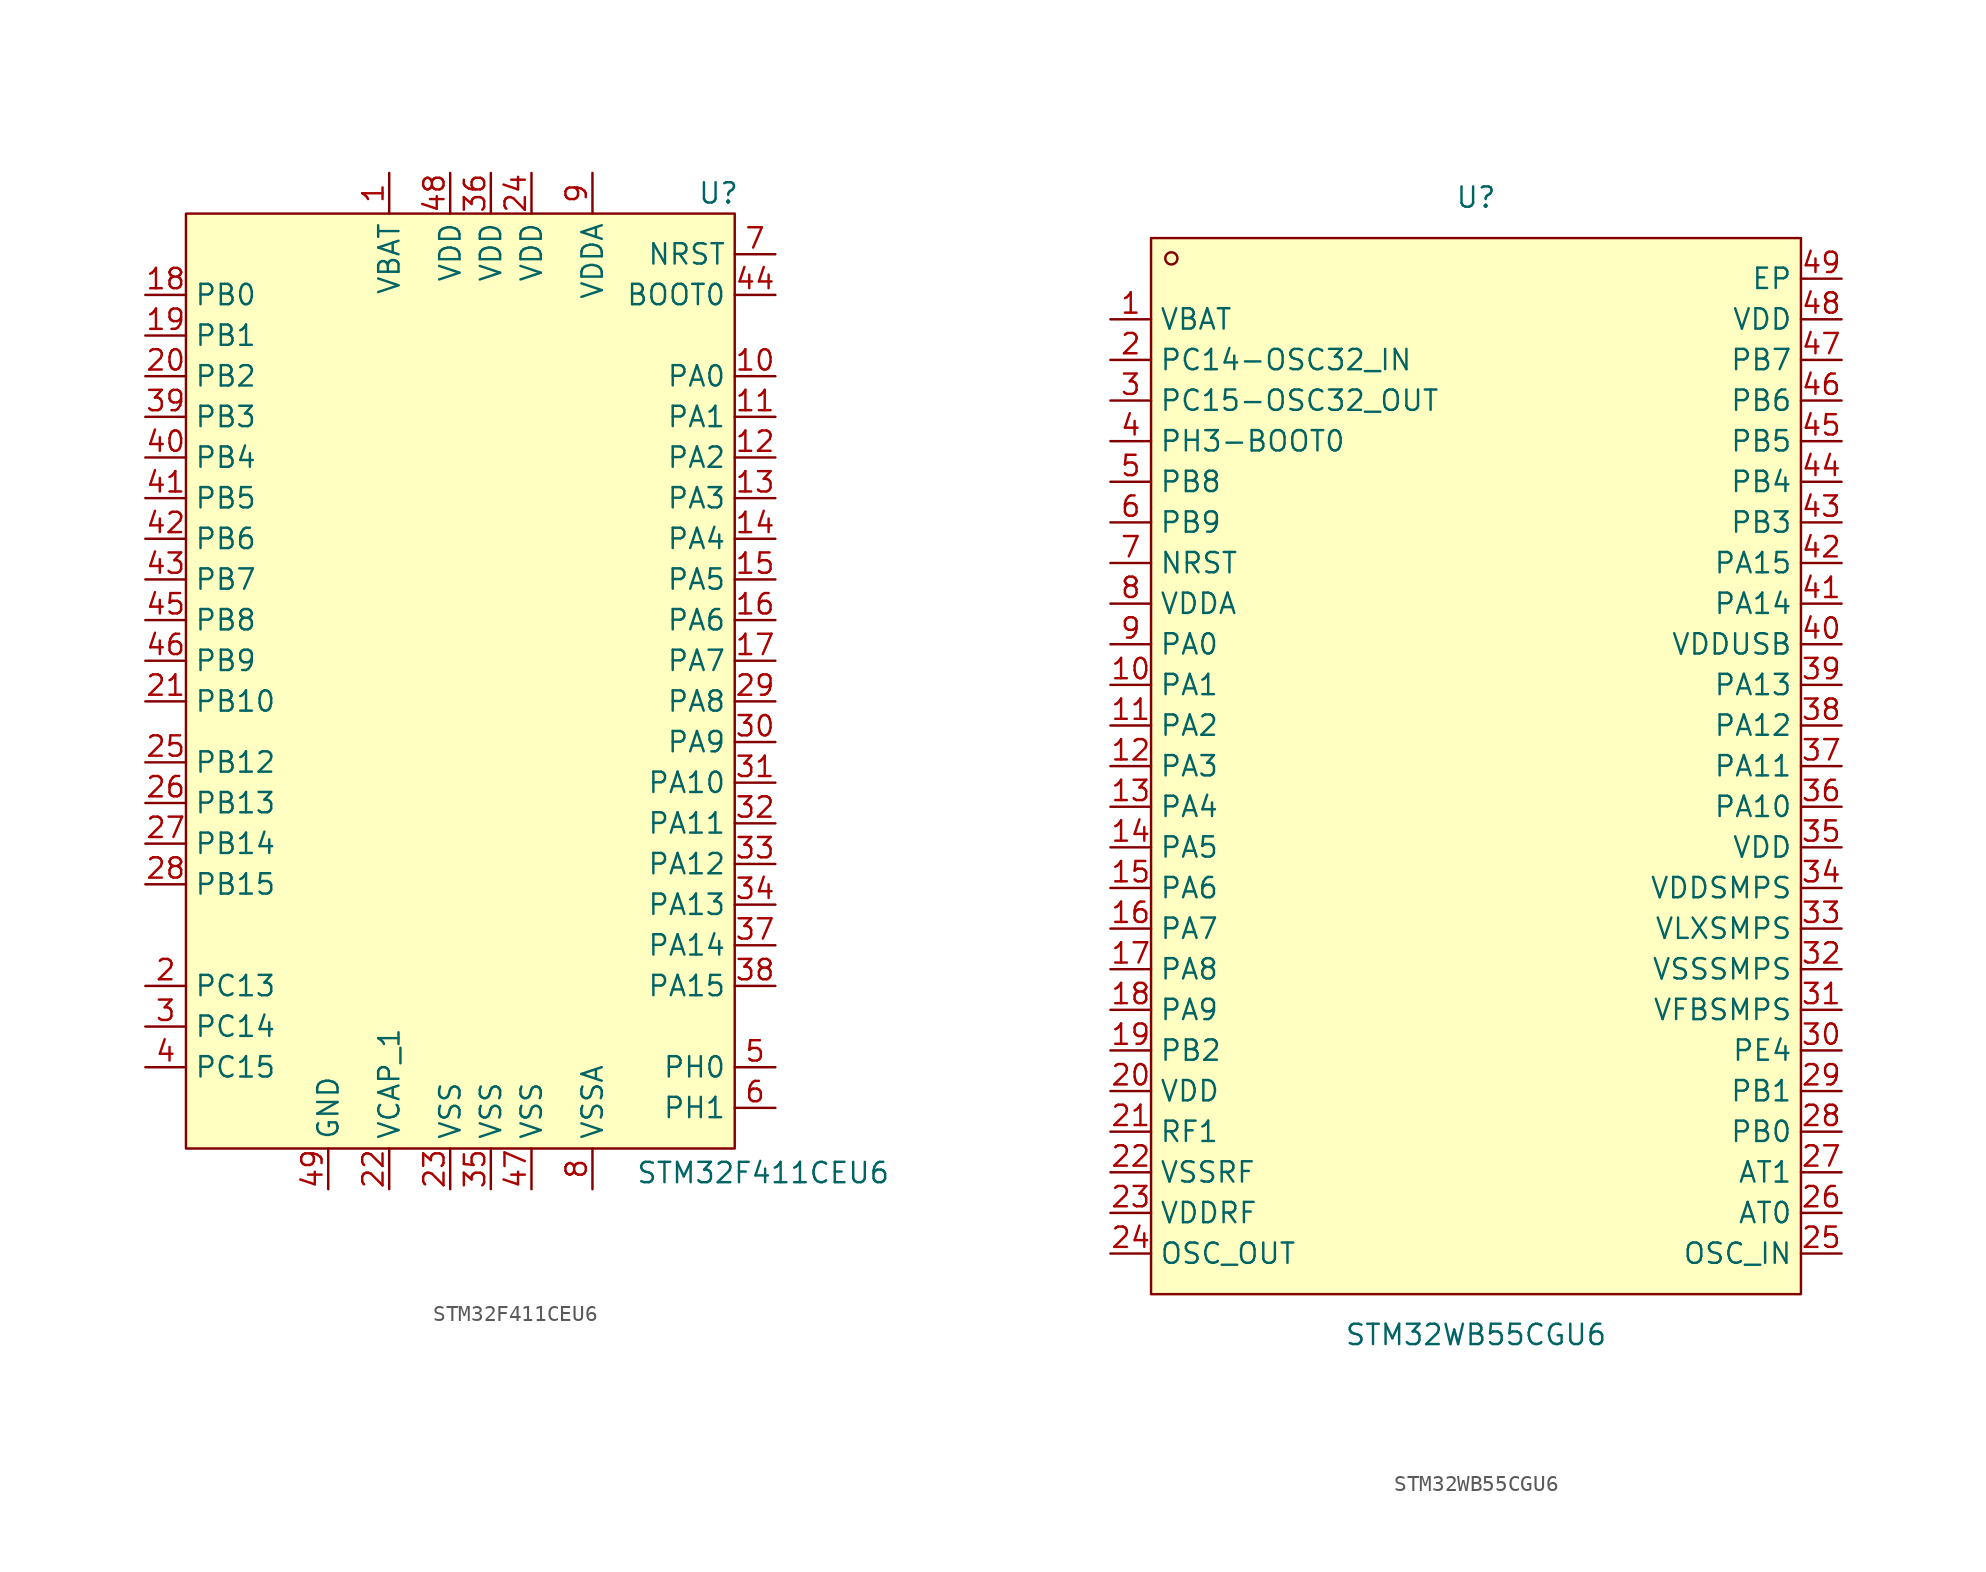
<source format=kicad_sym>
(kicad_symbol_lib
  (version 20241209)
  (generator "kicad_symbol_editor")
  (generator_version "9.0")
  (symbol "STM32F411CEU6"
    (property "Reference" "U"
      (at 15.494 30.48 0)
      (effects (font (size 1.27 1.27))))
    (property "Value" "STM32F411CEU6"
      (at 18.288 -30.734 0)
      (effects (font (size 1.27 1.27))))
    (symbol "STM32F411CEU6_0_0"
      (pin unspecified line (at -20.32 24.13 0) (length 2.54) (name "PB0" (effects (font (size 1.27 1.27)))) (number "18" (effects (font (size 1.27 1.27)))))
      (pin unspecified line (at -20.32 21.59 0) (length 2.54) (name "PB1" (effects (font (size 1.27 1.27)))) (number "19" (effects (font (size 1.27 1.27)))))
      (pin unspecified line (at -20.32 19.05 0) (length 2.54) (name "PB2" (effects (font (size 1.27 1.27)))) (number "20" (effects (font (size 1.27 1.27)))))
      (pin unspecified line (at -20.32 16.51 0) (length 2.54) (name "PB3" (effects (font (size 1.27 1.27)))) (number "39" (effects (font (size 1.27 1.27)))))
      (pin unspecified line (at -20.32 13.97 0) (length 2.54) (name "PB4" (effects (font (size 1.27 1.27)))) (number "40" (effects (font (size 1.27 1.27)))))
      (pin unspecified line (at -20.32 11.43 0) (length 2.54) (name "PB5" (effects (font (size 1.27 1.27)))) (number "41" (effects (font (size 1.27 1.27)))))
      (pin unspecified line (at -20.32 8.89 0) (length 2.54) (name "PB6" (effects (font (size 1.27 1.27)))) (number "42" (effects (font (size 1.27 1.27)))))
      (pin unspecified line (at -20.32 6.35 0) (length 2.54) (name "PB7" (effects (font (size 1.27 1.27)))) (number "43" (effects (font (size 1.27 1.27)))))
      (pin unspecified line (at -20.32 3.81 0) (length 2.54) (name "PB8" (effects (font (size 1.27 1.27)))) (number "45" (effects (font (size 1.27 1.27)))))
      (pin unspecified line (at -20.32 1.27 0) (length 2.54) (name "PB9" (effects (font (size 1.27 1.27)))) (number "46" (effects (font (size 1.27 1.27)))))
      (pin unspecified line (at -20.32 -1.27 0) (length 2.54) (name "PB10" (effects (font (size 1.27 1.27)))) (number "21" (effects (font (size 1.27 1.27)))))
      (pin unspecified line (at -20.32 -5.08 0) (length 2.54) (name "PB12" (effects (font (size 1.27 1.27)))) (number "25" (effects (font (size 1.27 1.27)))))
      (pin unspecified line (at -20.32 -7.62 0) (length 2.54) (name "PB13" (effects (font (size 1.27 1.27)))) (number "26" (effects (font (size 1.27 1.27)))))
      (pin unspecified line (at -20.32 -10.16 0) (length 2.54) (name "PB14" (effects (font (size 1.27 1.27)))) (number "27" (effects (font (size 1.27 1.27)))))
      (pin unspecified line (at -20.32 -12.7 0) (length 2.54) (name "PB15" (effects (font (size 1.27 1.27)))) (number "28" (effects (font (size 1.27 1.27)))))
      (pin unspecified line (at -20.32 -19.05 0) (length 2.54) (name "PC13" (effects (font (size 1.27 1.27)))) (number "2" (effects (font (size 1.27 1.27)))))
      (pin unspecified line (at -20.32 -21.59 0) (length 2.54) (name "PC14" (effects (font (size 1.27 1.27)))) (number "3" (effects (font (size 1.27 1.27)))))
      (pin unspecified line (at -20.32 -24.13 0) (length 2.54) (name "PC15" (effects (font (size 1.27 1.27)))) (number "4" (effects (font (size 1.27 1.27)))))
      (pin unspecified line (at -5.08 31.75 270) (length 2.54) (name "VBAT" (effects (font (size 1.27 1.27)))) (number "1" (effects (font (size 1.27 1.27)))))
      (pin unspecified line (at -1.27 -31.75 90) (length 2.54) (name "VSS" (effects (font (size 1.27 1.27)))) (number "23" (effects (font (size 1.27 1.27)))))
      (pin unspecified line (at 1.27 31.75 270) (length 2.54) (name "VDD" (effects (font (size 1.27 1.27)))) (number "36" (effects (font (size 1.27 1.27)))))
      (pin unspecified line (at 1.27 -31.75 90) (length 2.54) (name "VSS" (effects (font (size 1.27 1.27)))) (number "35" (effects (font (size 1.27 1.27)))))
      (pin unspecified line (at 3.81 31.75 270) (length 2.54) (name "VDD" (effects (font (size 1.27 1.27)))) (number "24" (effects (font (size 1.27 1.27)))))
      (pin unspecified line (at 3.81 -31.75 90) (length 2.54) (name "VSS" (effects (font (size 1.27 1.27)))) (number "47" (effects (font (size 1.27 1.27)))))
      (pin unspecified line (at 7.62 31.75 270) (length 2.54) (name "VDDA" (effects (font (size 1.27 1.27)))) (number "9" (effects (font (size 1.27 1.27)))))
      (pin unspecified line (at 7.62 -31.75 90) (length 2.54) (name "VSSA" (effects (font (size 1.27 1.27)))) (number "8" (effects (font (size 1.27 1.27)))))
      (pin unspecified line (at 19.05 26.67 180) (length 2.54) (name "NRST" (effects (font (size 1.27 1.27)))) (number "7" (effects (font (size 1.27 1.27)))))
      (pin unspecified line (at 19.05 24.13 180) (length 2.54) (name "BOOT0" (effects (font (size 1.27 1.27)))) (number "44" (effects (font (size 1.27 1.27)))))
      (pin unspecified line (at 19.05 19.05 180) (length 2.54) (name "PA0" (effects (font (size 1.27 1.27)))) (number "10" (effects (font (size 1.27 1.27)))))
      (pin unspecified line (at 19.05 16.51 180) (length 2.54) (name "PA1" (effects (font (size 1.27 1.27)))) (number "11" (effects (font (size 1.27 1.27)))))
      (pin unspecified line (at 19.05 13.97 180) (length 2.54) (name "PA2" (effects (font (size 1.27 1.27)))) (number "12" (effects (font (size 1.27 1.27)))))
      (pin unspecified line (at 19.05 11.43 180) (length 2.54) (name "PA3" (effects (font (size 1.27 1.27)))) (number "13" (effects (font (size 1.27 1.27)))))
      (pin unspecified line (at 19.05 8.89 180) (length 2.54) (name "PA4" (effects (font (size 1.27 1.27)))) (number "14" (effects (font (size 1.27 1.27)))))
      (pin unspecified line (at 19.05 6.35 180) (length 2.54) (name "PA5" (effects (font (size 1.27 1.27)))) (number "15" (effects (font (size 1.27 1.27)))))
      (pin unspecified line (at 19.05 3.81 180) (length 2.54) (name "PA6" (effects (font (size 1.27 1.27)))) (number "16" (effects (font (size 1.27 1.27)))))
      (pin unspecified line (at 19.05 1.27 180) (length 2.54) (name "PA7" (effects (font (size 1.27 1.27)))) (number "17" (effects (font (size 1.27 1.27)))))
      (pin unspecified line (at 19.05 -1.27 180) (length 2.54) (name "PA8" (effects (font (size 1.27 1.27)))) (number "29" (effects (font (size 1.27 1.27)))))
      (pin unspecified line (at 19.05 -3.81 180) (length 2.54) (name "PA9" (effects (font (size 1.27 1.27)))) (number "30" (effects (font (size 1.27 1.27)))))
      (pin unspecified line (at 19.05 -8.89 180) (length 2.54) (name "PA11" (effects (font (size 1.27 1.27)))) (number "32" (effects (font (size 1.27 1.27)))))
      (pin unspecified line (at 19.05 -11.43 180) (length 2.54) (name "PA12" (effects (font (size 1.27 1.27)))) (number "33" (effects (font (size 1.27 1.27)))))
      (pin unspecified line (at 19.05 -13.97 180) (length 2.54) (name "PA13" (effects (font (size 1.27 1.27)))) (number "34" (effects (font (size 1.27 1.27)))))
      (pin unspecified line (at 19.05 -16.51 180) (length 2.54) (name "PA14" (effects (font (size 1.27 1.27)))) (number "37" (effects (font (size 1.27 1.27)))))
      (pin unspecified line (at 19.05 -19.05 180) (length 2.54) (name "PA15" (effects (font (size 1.27 1.27)))) (number "38" (effects (font (size 1.27 1.27)))))
      (pin unspecified line (at 19.05 -24.13 180) (length 2.54) (name "PH0" (effects (font (size 1.27 1.27)))) (number "5" (effects (font (size 1.27 1.27)))))
      (pin unspecified line (at 19.05 -26.67 180) (length 2.54) (name "PH1" (effects (font (size 1.27 1.27)))) (number "6" (effects (font (size 1.27 1.27))))))
    (symbol "STM32F411CEU6_1_0"
      (pin unspecified line (at -8.89 -31.75 90) (length 2.54) (name "GND" (effects (font (size 1.27 1.27)))) (number "49" (effects (font (size 1.27 1.27)))))
      (pin unspecified line (at -5.08 -31.75 90) (length 2.54) (name "VCAP_1" (effects (font (size 1.27 1.27)))) (number "22" (effects (font (size 1.27 1.27)))))
      (pin unspecified line (at -1.27 31.75 270) (length 2.54) (name "VDD" (effects (font (size 1.27 1.27)))) (number "48" (effects (font (size 1.27 1.27)))))
      (pin unspecified line (at 19.05 -6.35 180) (length 2.54) (name "PA10" (effects (font (size 1.27 1.27)))) (number "31" (effects (font (size 1.27 1.27))))))
    (symbol "STM32F411CEU6_1_1"
      (rectangle (start -17.78 29.21) (end 16.51 -29.21) (stroke (width 0) (type default)) (fill (type background)))))
  (symbol "STM32WB55CGU6"
    (property "Reference" "U"
      (at 0 35.56 0)
      (effects (font (size 1.27 1.27))))
    (property "Value" "STM32WB55CGU6"
      (at 0 -35.56 0)
      (effects (font (size 1.27 1.27))))
    (symbol "STM32WB55CGU6_0_1"
      (rectangle (start -20.32 33.02) (end 20.32 -33.02) (stroke (width 0) (type default)) (fill (type background)))
      (circle (center -19.05 31.75) (radius 0.38) (stroke (width 0) (type default)) (fill (type none)))
      (pin unspecified line (at -22.86 27.94 0) (length 2.54) (name "VBAT" (effects (font (size 1.27 1.27)))) (number "1" (effects (font (size 1.27 1.27)))))
      (pin unspecified line (at -22.86 25.4 0) (length 2.54) (name "PC14-OSC32_IN" (effects (font (size 1.27 1.27)))) (number "2" (effects (font (size 1.27 1.27)))))
      (pin unspecified line (at -22.86 22.86 0) (length 2.54) (name "PC15-OSC32_OUT" (effects (font (size 1.27 1.27)))) (number "3" (effects (font (size 1.27 1.27)))))
      (pin unspecified line (at -22.86 20.32 0) (length 2.54) (name "PH3-BOOT0" (effects (font (size 1.27 1.27)))) (number "4" (effects (font (size 1.27 1.27)))))
      (pin unspecified line (at -22.86 17.78 0) (length 2.54) (name "PB8" (effects (font (size 1.27 1.27)))) (number "5" (effects (font (size 1.27 1.27)))))
      (pin unspecified line (at -22.86 15.24 0) (length 2.54) (name "PB9" (effects (font (size 1.27 1.27)))) (number "6" (effects (font (size 1.27 1.27)))))
      (pin unspecified line (at -22.86 12.7 0) (length 2.54) (name "NRST" (effects (font (size 1.27 1.27)))) (number "7" (effects (font (size 1.27 1.27)))))
      (pin unspecified line (at -22.86 10.16 0) (length 2.54) (name "VDDA" (effects (font (size 1.27 1.27)))) (number "8" (effects (font (size 1.27 1.27)))))
      (pin unspecified line (at -22.86 7.62 0) (length 2.54) (name "PA0" (effects (font (size 1.27 1.27)))) (number "9" (effects (font (size 1.27 1.27)))))
      (pin unspecified line (at -22.86 5.08 0) (length 2.54) (name "PA1" (effects (font (size 1.27 1.27)))) (number "10" (effects (font (size 1.27 1.27)))))
      (pin unspecified line (at -22.86 2.54 0) (length 2.54) (name "PA2" (effects (font (size 1.27 1.27)))) (number "11" (effects (font (size 1.27 1.27)))))
      (pin unspecified line (at -22.86 0 0) (length 2.54) (name "PA3" (effects (font (size 1.27 1.27)))) (number "12" (effects (font (size 1.27 1.27)))))
      (pin unspecified line (at -22.86 -2.54 0) (length 2.54) (name "PA4" (effects (font (size 1.27 1.27)))) (number "13" (effects (font (size 1.27 1.27)))))
      (pin unspecified line (at -22.86 -5.08 0) (length 2.54) (name "PA5" (effects (font (size 1.27 1.27)))) (number "14" (effects (font (size 1.27 1.27)))))
      (pin unspecified line (at -22.86 -7.62 0) (length 2.54) (name "PA6" (effects (font (size 1.27 1.27)))) (number "15" (effects (font (size 1.27 1.27)))))
      (pin unspecified line (at -22.86 -10.16 0) (length 2.54) (name "PA7" (effects (font (size 1.27 1.27)))) (number "16" (effects (font (size 1.27 1.27)))))
      (pin unspecified line (at -22.86 -12.7 0) (length 2.54) (name "PA8" (effects (font (size 1.27 1.27)))) (number "17" (effects (font (size 1.27 1.27)))))
      (pin unspecified line (at -22.86 -15.24 0) (length 2.54) (name "PA9" (effects (font (size 1.27 1.27)))) (number "18" (effects (font (size 1.27 1.27)))))
      (pin unspecified line (at -22.86 -17.78 0) (length 2.54) (name "PB2" (effects (font (size 1.27 1.27)))) (number "19" (effects (font (size 1.27 1.27)))))
      (pin unspecified line (at -22.86 -20.32 0) (length 2.54) (name "VDD" (effects (font (size 1.27 1.27)))) (number "20" (effects (font (size 1.27 1.27)))))
      (pin unspecified line (at -22.86 -22.86 0) (length 2.54) (name "RF1" (effects (font (size 1.27 1.27)))) (number "21" (effects (font (size 1.27 1.27)))))
      (pin unspecified line (at -22.86 -25.4 0) (length 2.54) (name "VSSRF" (effects (font (size 1.27 1.27)))) (number "22" (effects (font (size 1.27 1.27)))))
      (pin unspecified line (at -22.86 -27.94 0) (length 2.54) (name "VDDRF" (effects (font (size 1.27 1.27)))) (number "23" (effects (font (size 1.27 1.27)))))
      (pin unspecified line (at -22.86 -30.48 0) (length 2.54) (name "OSC_OUT" (effects (font (size 1.27 1.27)))) (number "24" (effects (font (size 1.27 1.27)))))
      (pin unspecified line (at 22.86 30.48 180) (length 2.54) (name "EP" (effects (font (size 1.27 1.27)))) (number "49" (effects (font (size 1.27 1.27)))))
      (pin unspecified line (at 22.86 27.94 180) (length 2.54) (name "VDD" (effects (font (size 1.27 1.27)))) (number "48" (effects (font (size 1.27 1.27)))))
      (pin unspecified line (at 22.86 25.4 180) (length 2.54) (name "PB7" (effects (font (size 1.27 1.27)))) (number "47" (effects (font (size 1.27 1.27)))))
      (pin unspecified line (at 22.86 22.86 180) (length 2.54) (name "PB6" (effects (font (size 1.27 1.27)))) (number "46" (effects (font (size 1.27 1.27)))))
      (pin unspecified line (at 22.86 20.32 180) (length 2.54) (name "PB5" (effects (font (size 1.27 1.27)))) (number "45" (effects (font (size 1.27 1.27)))))
      (pin unspecified line (at 22.86 17.78 180) (length 2.54) (name "PB4" (effects (font (size 1.27 1.27)))) (number "44" (effects (font (size 1.27 1.27)))))
      (pin unspecified line (at 22.86 15.24 180) (length 2.54) (name "PB3" (effects (font (size 1.27 1.27)))) (number "43" (effects (font (size 1.27 1.27)))))
      (pin unspecified line (at 22.86 12.7 180) (length 2.54) (name "PA15" (effects (font (size 1.27 1.27)))) (number "42" (effects (font (size 1.27 1.27)))))
      (pin unspecified line (at 22.86 10.16 180) (length 2.54) (name "PA14" (effects (font (size 1.27 1.27)))) (number "41" (effects (font (size 1.27 1.27)))))
      (pin unspecified line (at 22.86 7.62 180) (length 2.54) (name "VDDUSB" (effects (font (size 1.27 1.27)))) (number "40" (effects (font (size 1.27 1.27)))))
      (pin unspecified line (at 22.86 5.08 180) (length 2.54) (name "PA13" (effects (font (size 1.27 1.27)))) (number "39" (effects (font (size 1.27 1.27)))))
      (pin unspecified line (at 22.86 2.54 180) (length 2.54) (name "PA12" (effects (font (size 1.27 1.27)))) (number "38" (effects (font (size 1.27 1.27)))))
      (pin unspecified line (at 22.86 0 180) (length 2.54) (name "PA11" (effects (font (size 1.27 1.27)))) (number "37" (effects (font (size 1.27 1.27)))))
      (pin unspecified line (at 22.86 -2.54 180) (length 2.54) (name "PA10" (effects (font (size 1.27 1.27)))) (number "36" (effects (font (size 1.27 1.27)))))
      (pin unspecified line (at 22.86 -5.08 180) (length 2.54) (name "VDD" (effects (font (size 1.27 1.27)))) (number "35" (effects (font (size 1.27 1.27)))))
      (pin unspecified line (at 22.86 -7.62 180) (length 2.54) (name "VDDSMPS" (effects (font (size 1.27 1.27)))) (number "34" (effects (font (size 1.27 1.27)))))
      (pin unspecified line (at 22.86 -10.16 180) (length 2.54) (name "VLXSMPS" (effects (font (size 1.27 1.27)))) (number "33" (effects (font (size 1.27 1.27)))))
      (pin unspecified line (at 22.86 -12.7 180) (length 2.54) (name "VSSSMPS" (effects (font (size 1.27 1.27)))) (number "32" (effects (font (size 1.27 1.27)))))
      (pin unspecified line (at 22.86 -15.24 180) (length 2.54) (name "VFBSMPS" (effects (font (size 1.27 1.27)))) (number "31" (effects (font (size 1.27 1.27)))))
      (pin unspecified line (at 22.86 -17.78 180) (length 2.54) (name "PE4" (effects (font (size 1.27 1.27)))) (number "30" (effects (font (size 1.27 1.27)))))
      (pin unspecified line (at 22.86 -20.32 180) (length 2.54) (name "PB1" (effects (font (size 1.27 1.27)))) (number "29" (effects (font (size 1.27 1.27)))))
      (pin unspecified line (at 22.86 -22.86 180) (length 2.54) (name "PB0" (effects (font (size 1.27 1.27)))) (number "28" (effects (font (size 1.27 1.27)))))
      (pin unspecified line (at 22.86 -25.4 180) (length 2.54) (name "AT1" (effects (font (size 1.27 1.27)))) (number "27" (effects (font (size 1.27 1.27)))))
      (pin unspecified line (at 22.86 -27.94 180) (length 2.54) (name "AT0" (effects (font (size 1.27 1.27)))) (number "26" (effects (font (size 1.27 1.27)))))
      (pin unspecified line (at 22.86 -30.48 180) (length 2.54) (name "OSC_IN" (effects (font (size 1.27 1.27)))) (number "25" (effects (font (size 1.27 1.27))))))))
</source>
